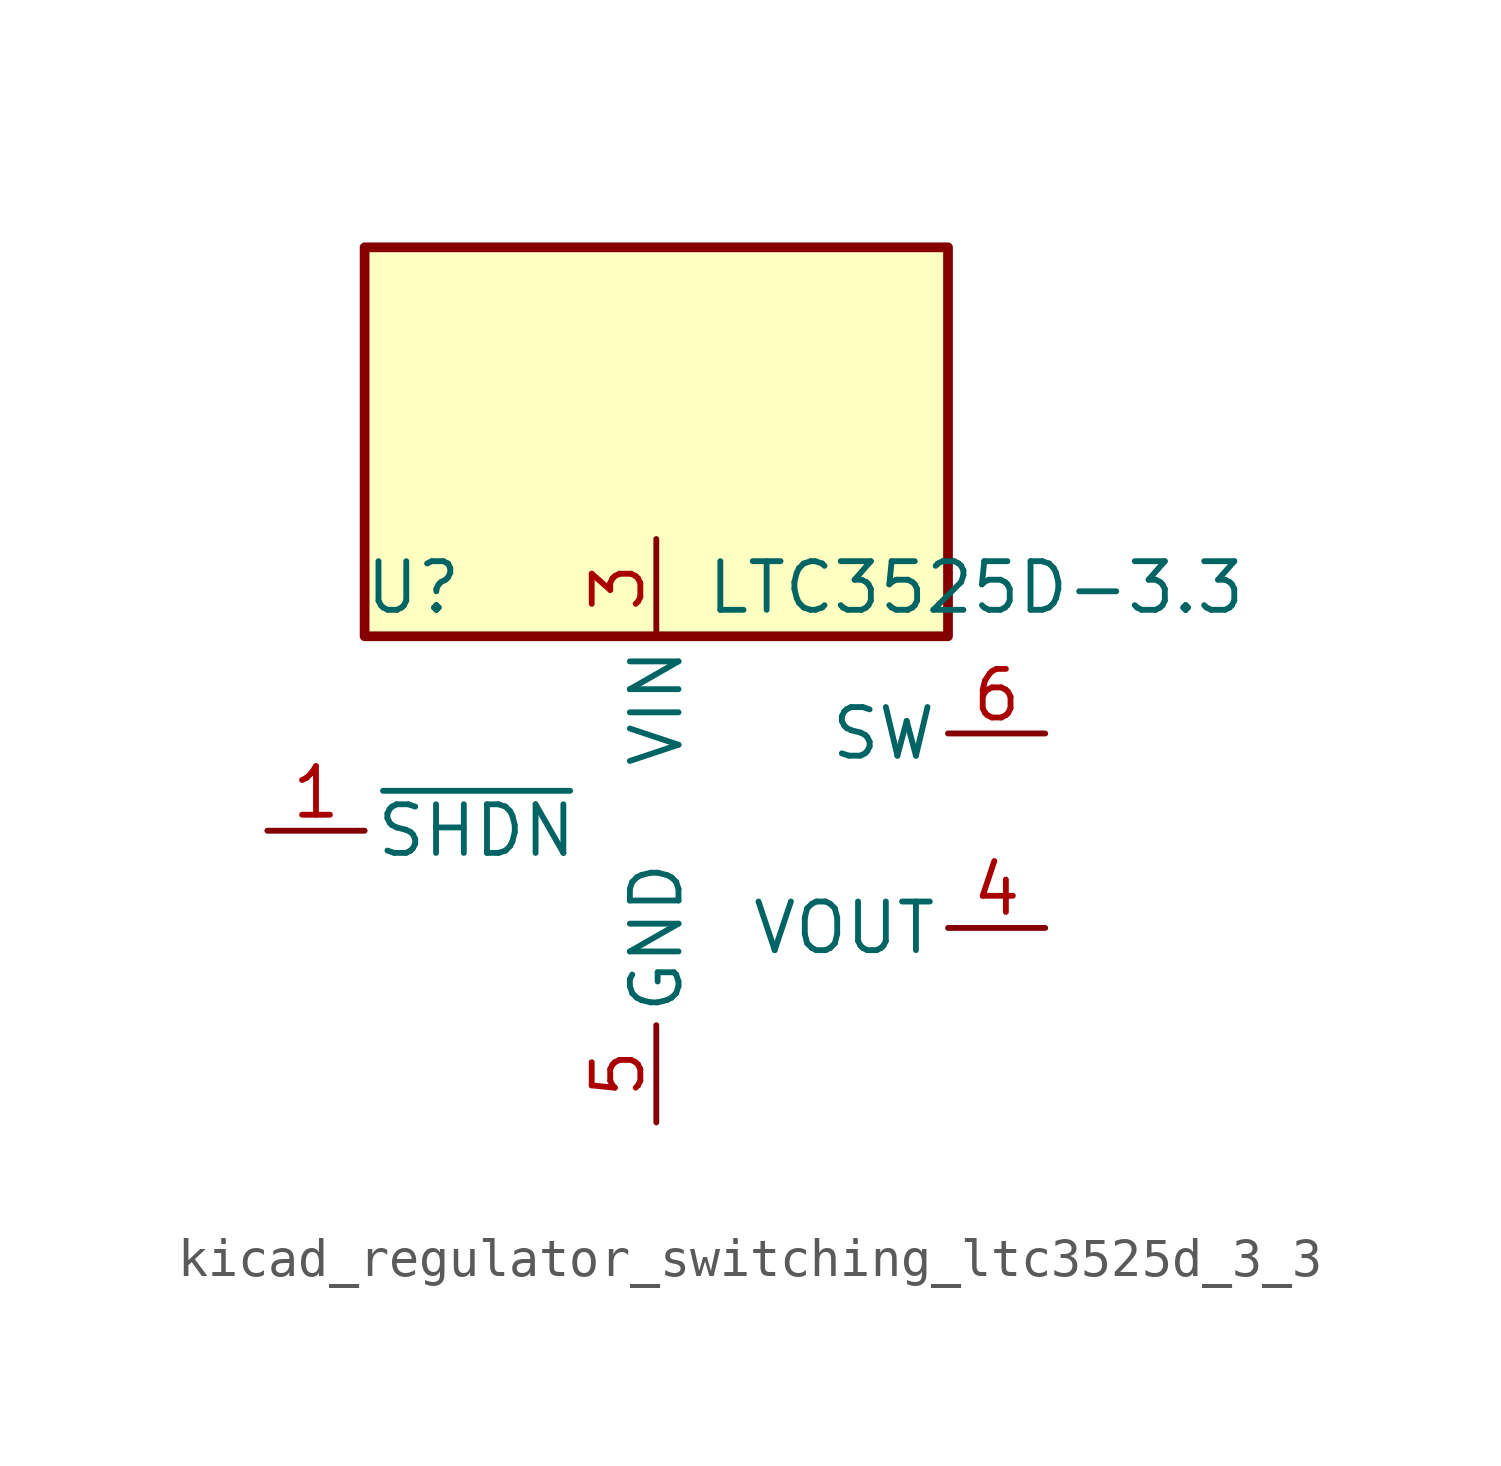
<source format=kicad_sym>
(kicad_symbol_lib
  (version 20220914)
  (generator kicad_symbol_editor)
  (symbol "kicad_regulator_switching_ltc3525d_3_3"
    (pin_names
      (offset 0.254))
    (property "Reference" "U"
      (at -6.35 6.35 0)
      (effects (font (size 1.27 1.27))))
    (property "Value" "LTC3525D-3.3"
      (at 1.27 6.35 0)
      (effects (font (size 1.27 1.27)) (justify left)))
    (symbol "kicad_regulator_switching_ltc3525d_3_3_0_1"
      (rectangle (start 7.62 15.24) (end -7.62 5.08) (stroke (width 0.254) (type default)) (fill (type background))))
    (symbol "kicad_regulator_switching_ltc3525d_3_3_1_1"
      (pin input line (at -10.16 0 0) (length 2.54) (name "~{SHDN}" (effects (font (size 1.27 1.27)))) (number "1" (effects (font (size 1.27 1.27)))))
      (pin passive line (at 0 -7.62 90) (length 2.54) hide (name "GND" (effects (font (size 1.27 1.27)))) (number "2" (effects (font (size 1.27 1.27)))))
      (pin power_in line (at 0 7.62 270) (length 2.54) (name "VIN" (effects (font (size 1.27 1.27)))) (number "3" (effects (font (size 1.27 1.27)))))
      (pin power_out line (at 10.16 -2.54 180) (length 2.54) (name "VOUT" (effects (font (size 1.27 1.27)))) (number "4" (effects (font (size 1.27 1.27)))))
      (pin power_in line (at 0 -7.62 90) (length 2.54) (name "GND" (effects (font (size 1.27 1.27)))) (number "5" (effects (font (size 1.27 1.27)))))
      (pin input line (at 10.16 2.54 180) (length 2.54) (name "SW" (effects (font (size 1.27 1.27)))) (number "6" (effects (font (size 1.27 1.27))))))))
</source>
